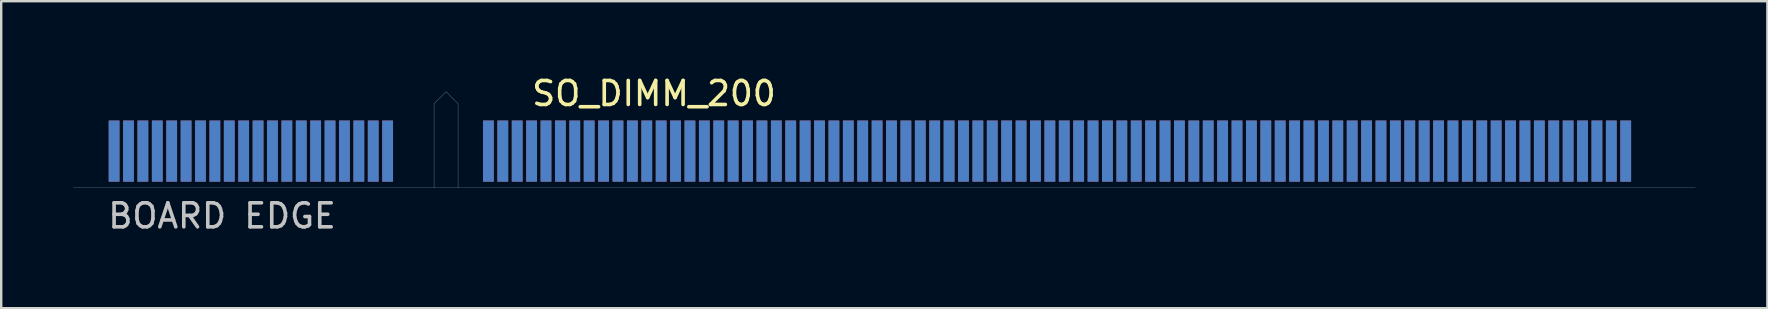
<source format=kicad_pcb>
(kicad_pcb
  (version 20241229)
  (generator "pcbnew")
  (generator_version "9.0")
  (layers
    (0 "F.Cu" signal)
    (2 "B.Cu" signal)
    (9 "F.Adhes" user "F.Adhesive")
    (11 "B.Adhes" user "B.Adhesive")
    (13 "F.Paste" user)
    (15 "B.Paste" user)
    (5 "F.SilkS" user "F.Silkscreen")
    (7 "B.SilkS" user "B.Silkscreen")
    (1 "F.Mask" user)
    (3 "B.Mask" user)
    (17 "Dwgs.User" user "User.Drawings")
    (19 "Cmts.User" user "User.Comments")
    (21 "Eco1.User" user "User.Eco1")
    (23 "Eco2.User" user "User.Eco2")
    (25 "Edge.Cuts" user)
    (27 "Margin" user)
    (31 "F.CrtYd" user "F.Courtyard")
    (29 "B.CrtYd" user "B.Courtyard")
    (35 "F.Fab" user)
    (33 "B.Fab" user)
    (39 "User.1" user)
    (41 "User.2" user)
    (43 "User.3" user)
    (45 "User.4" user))
  (footprint "SO_DIMM_200"
    (layer "F.Cu")
    (at 33.805 3.248)
    (property "Reference" "SO_DIMM_200" (at -9.6 -2.4 0) (layer "F.SilkS") (effects (font (size 1 1) (thickness 0.15))))
    (attr through_hole)
    (fp_line (start -33.8 1.525) (end 33.8 1.525) (stroke (width 0.01) (type solid)) (layer "Dwgs.User"))
    (fp_line (start -18.765 -1.975) (end -18.265 -2.475) (stroke (width 0.01) (type solid)) (layer "Dwgs.User"))
    (fp_line (start -18.765 1.525) (end -18.765 -1.975) (stroke (width 0.01) (type solid)) (layer "Dwgs.User"))
    (fp_line (start -18.265 -2.475) (end -17.765 -1.975) (stroke (width 0.01) (type solid)) (layer "Dwgs.User"))
    (fp_line (start -17.765 1.525) (end -17.765 -1.975) (stroke (width 0.01) (type solid)) (layer "Dwgs.User"))
    (fp_text user "BOARD EDGE" (at -27.6 2.7 0) (layer "Dwgs.User") (effects (font (size 1 1) (thickness 0.15))))
    (pad "1" smd rect (at -32.1 0) (size 0.45 2.55) (layers "F.Cu" "F.Mask"))
    (pad "2" smd rect (at -32.1 0) (size 0.45 2.55) (layers "B.Cu" "B.Mask"))
    (pad "3" smd rect (at -31.5 0) (size 0.45 2.55) (layers "F.Cu" "F.Mask"))
    (pad "4" smd rect (at -31.5 0) (size 0.45 2.55) (layers "B.Cu" "B.Mask"))
    (pad "5" smd rect (at -30.9 0) (size 0.45 2.55) (layers "F.Cu" "F.Mask"))
    (pad "6" smd rect (at -30.9 0) (size 0.45 2.55) (layers "B.Cu" "B.Mask"))
    (pad "7" smd rect (at -30.3 0) (size 0.45 2.55) (layers "F.Cu" "F.Mask"))
    (pad "8" smd rect (at -30.3 0) (size 0.45 2.55) (layers "B.Cu" "B.Mask"))
    (pad "9" smd rect (at -29.7 0) (size 0.45 2.55) (layers "F.Cu" "F.Mask"))
    (pad "10" smd rect (at -29.7 0) (size 0.45 2.55) (layers "B.Cu" "B.Mask"))
    (pad "11" smd rect (at -29.1 0) (size 0.45 2.55) (layers "F.Cu" "F.Mask"))
    (pad "12" smd rect (at -29.1 0) (size 0.45 2.55) (layers "B.Cu" "B.Mask"))
    (pad "13" smd rect (at -28.5 0) (size 0.45 2.55) (layers "F.Cu" "F.Mask"))
    (pad "14" smd rect (at -28.5 0) (size 0.45 2.55) (layers "B.Cu" "B.Mask"))
    (pad "15" smd rect (at -27.9 0) (size 0.45 2.55) (layers "F.Cu" "F.Mask"))
    (pad "16" smd rect (at -27.9 0) (size 0.45 2.55) (layers "B.Cu" "B.Mask"))
    (pad "17" smd rect (at -27.3 0) (size 0.45 2.55) (layers "F.Cu" "F.Mask"))
    (pad "18" smd rect (at -27.3 0) (size 0.45 2.55) (layers "B.Cu" "B.Mask"))
    (pad "19" smd rect (at -26.7 0) (size 0.45 2.55) (layers "F.Cu" "F.Mask"))
    (pad "20" smd rect (at -26.7 0) (size 0.45 2.55) (layers "B.Cu" "B.Mask"))
    (pad "21" smd rect (at -26.1 0) (size 0.45 2.55) (layers "F.Cu" "F.Mask"))
    (pad "22" smd rect (at -26.1 0) (size 0.45 2.55) (layers "B.Cu" "B.Mask"))
    (pad "23" smd rect (at -25.5 0) (size 0.45 2.55) (layers "F.Cu" "F.Mask"))
    (pad "24" smd rect (at -25.5 0) (size 0.45 2.55) (layers "B.Cu" "B.Mask"))
    (pad "25" smd rect (at -24.9 0) (size 0.45 2.55) (layers "F.Cu" "F.Mask"))
    (pad "26" smd rect (at -24.9 0) (size 0.45 2.55) (layers "B.Cu" "B.Mask"))
    (pad "27" smd rect (at -24.3 0) (size 0.45 2.55) (layers "F.Cu" "F.Mask"))
    (pad "28" smd rect (at -24.3 0) (size 0.45 2.55) (layers "B.Cu" "B.Mask"))
    (pad "29" smd rect (at -23.7 0) (size 0.45 2.55) (layers "F.Cu" "F.Mask"))
    (pad "30" smd rect (at -23.7 0) (size 0.45 2.55) (layers "B.Cu" "B.Mask"))
    (pad "31" smd rect (at -23.1 0) (size 0.45 2.55) (layers "F.Cu" "F.Mask"))
    (pad "32" smd rect (at -23.1 0) (size 0.45 2.55) (layers "B.Cu" "B.Mask"))
    (pad "33" smd rect (at -22.5 0) (size 0.45 2.55) (layers "F.Cu" "F.Mask"))
    (pad "34" smd rect (at -22.5 0) (size 0.45 2.55) (layers "B.Cu" "B.Mask"))
    (pad "35" smd rect (at -21.9 0) (size 0.45 2.55) (layers "F.Cu" "F.Mask"))
    (pad "36" smd rect (at -21.9 0) (size 0.45 2.55) (layers "B.Cu" "B.Mask"))
    (pad "37" smd rect (at -21.3 0) (size 0.45 2.55) (layers "F.Cu" "F.Mask"))
    (pad "38" smd rect (at -21.3 0) (size 0.45 2.55) (layers "B.Cu" "B.Mask"))
    (pad "39" smd rect (at -20.7 0) (size 0.45 2.55) (layers "F.Cu" "F.Mask"))
    (pad "40" smd rect (at -20.7 0) (size 0.45 2.55) (layers "B.Cu" "B.Mask"))
    (pad "41" smd rect (at -16.5 0) (size 0.45 2.55) (layers "F.Cu" "F.Mask"))
    (pad "42" smd rect (at -16.5 0) (size 0.45 2.55) (layers "B.Cu" "B.Mask"))
    (pad "43" smd rect (at -15.9 0) (size 0.45 2.55) (layers "F.Cu" "F.Mask"))
    (pad "44" smd rect (at -15.9 0) (size 0.45 2.55) (layers "B.Cu" "B.Mask"))
    (pad "45" smd rect (at -15.3 0) (size 0.45 2.55) (layers "F.Cu" "F.Mask"))
    (pad "46" smd rect (at -15.3 0) (size 0.45 2.55) (layers "B.Cu" "B.Mask"))
    (pad "47" smd rect (at -14.7 0) (size 0.45 2.55) (layers "F.Cu" "F.Mask"))
    (pad "48" smd rect (at -14.7 0) (size 0.45 2.55) (layers "B.Cu" "B.Mask"))
    (pad "49" smd rect (at -14.1 0) (size 0.45 2.55) (layers "F.Cu" "F.Mask"))
    (pad "50" smd rect (at -14.1 0) (size 0.45 2.55) (layers "B.Cu" "B.Mask"))
    (pad "51" smd rect (at -13.5 0) (size 0.45 2.55) (layers "F.Cu" "F.Mask"))
    (pad "52" smd rect (at -13.5 0) (size 0.45 2.55) (layers "B.Cu" "B.Mask"))
    (pad "53" smd rect (at -12.9 0) (size 0.45 2.55) (layers "F.Cu" "F.Mask"))
    (pad "54" smd rect (at -12.9 0) (size 0.45 2.55) (layers "B.Cu" "B.Mask"))
    (pad "55" smd rect (at -12.3 0) (size 0.45 2.55) (layers "F.Cu" "F.Mask"))
    (pad "56" smd rect (at -12.3 0) (size 0.45 2.55) (layers "B.Cu" "B.Mask"))
    (pad "57" smd rect (at -11.7 0) (size 0.45 2.55) (layers "F.Cu" "F.Mask"))
    (pad "58" smd rect (at -11.7 0) (size 0.45 2.55) (layers "B.Cu" "B.Mask"))
    (pad "59" smd rect (at -11.1 0) (size 0.45 2.55) (layers "F.Cu" "F.Mask"))
    (pad "60" smd rect (at -11.1 0) (size 0.45 2.55) (layers "B.Cu" "B.Mask"))
    (pad "61" smd rect (at -10.5 0) (size 0.45 2.55) (layers "F.Cu" "F.Mask"))
    (pad "62" smd rect (at -10.5 0) (size 0.45 2.55) (layers "B.Cu" "B.Mask"))
    (pad "63" smd rect (at -9.9 0) (size 0.45 2.55) (layers "F.Cu" "F.Mask"))
    (pad "64" smd rect (at -9.9 0) (size 0.45 2.55) (layers "B.Cu" "B.Mask"))
    (pad "65" smd rect (at -9.3 0) (size 0.45 2.55) (layers "F.Cu" "F.Mask"))
    (pad "66" smd rect (at -9.3 0) (size 0.45 2.55) (layers "B.Cu" "B.Mask"))
    (pad "67" smd rect (at -8.7 0) (size 0.45 2.55) (layers "F.Cu" "F.Mask"))
    (pad "68" smd rect (at -8.7 0) (size 0.45 2.55) (layers "B.Cu" "B.Mask"))
    (pad "69" smd rect (at -8.1 0) (size 0.45 2.55) (layers "F.Cu" "F.Mask"))
    (pad "70" smd rect (at -8.1 0) (size 0.45 2.55) (layers "B.Cu" "B.Mask"))
    (pad "71" smd rect (at -7.5 0) (size 0.45 2.55) (layers "F.Cu" "F.Mask"))
    (pad "72" smd rect (at -7.5 0) (size 0.45 2.55) (layers "B.Cu" "B.Mask"))
    (pad "73" smd rect (at -6.9 0) (size 0.45 2.55) (layers "F.Cu" "F.Mask"))
    (pad "74" smd rect (at -6.9 0) (size 0.45 2.55) (layers "B.Cu" "B.Mask"))
    (pad "75" smd rect (at -6.3 0) (size 0.45 2.55) (layers "F.Cu"))
    (pad "76" smd rect (at -6.3 0) (size 0.45 2.55) (layers "B.Cu" "B.Mask"))
    (pad "77" smd rect (at -5.7 0) (size 0.45 2.55) (layers "F.Cu" "F.Mask"))
    (pad "78" smd rect (at -5.7 0) (size 0.45 2.55) (layers "B.Cu" "B.Mask"))
    (pad "79" smd rect (at -5.1 0) (size 0.45 2.55) (layers "F.Cu" "F.Mask"))
    (pad "80" smd rect (at -5.1 0) (size 0.45 2.55) (layers "B.Cu" "B.Mask"))
    (pad "81" smd rect (at -4.5 0) (size 0.45 2.55) (layers "F.Cu" "F.Mask"))
    (pad "82" smd rect (at -4.5 0) (size 0.45 2.55) (layers "B.Cu" "B.Mask"))
    (pad "83" smd rect (at -3.9 0) (size 0.45 2.55) (layers "F.Cu" "F.Mask"))
    (pad "84" smd rect (at -3.9 0) (size 0.45 2.55) (layers "B.Cu" "B.Mask"))
    (pad "85" smd rect (at -3.3 0) (size 0.45 2.55) (layers "F.Cu" "F.Mask"))
    (pad "86" smd rect (at -3.3 0) (size 0.45 2.55) (layers "B.Cu" "B.Mask"))
    (pad "87" smd rect (at -2.7 0) (size 0.45 2.55) (layers "F.Cu" "F.Mask"))
    (pad "88" smd rect (at -2.7 0) (size 0.45 2.55) (layers "B.Cu" "B.Mask"))
    (pad "89" smd rect (at -2.1 0) (size 0.45 2.55) (layers "F.Cu" "F.Mask"))
    (pad "90" smd rect (at -2.1 0) (size 0.45 2.55) (layers "B.Cu" "B.Mask"))
    (pad "91" smd rect (at -1.5 0) (size 0.45 2.55) (layers "F.Cu" "F.Mask"))
    (pad "92" smd rect (at -1.5 0) (size 0.45 2.55) (layers "B.Cu" "B.Mask"))
    (pad "93" smd rect (at -0.9 0) (size 0.45 2.55) (layers "F.Cu" "F.Mask"))
    (pad "94" smd rect (at -0.9 0) (size 0.45 2.55) (layers "B.Cu" "B.Mask"))
    (pad "95" smd rect (at -0.3 0) (size 0.45 2.55) (layers "F.Cu" "F.Mask"))
    (pad "96" smd rect (at -0.3 0) (size 0.45 2.55) (layers "B.Cu" "B.Mask"))
    (pad "97" smd rect (at 0.3 0) (size 0.45 2.55) (layers "F.Cu" "F.Mask"))
    (pad "98" smd rect (at 0.3 0) (size 0.45 2.55) (layers "B.Cu" "B.Mask"))
    (pad "99" smd rect (at 0.9 0) (size 0.45 2.55) (layers "F.Cu" "F.Mask"))
    (pad "100" smd rect (at 0.9 0) (size 0.45 2.55) (layers "B.Cu" "B.Mask"))
    (pad "101" smd rect (at 1.5 0) (size 0.45 2.55) (layers "F.Cu" "F.Mask"))
    (pad "102" smd rect (at 1.5 0) (size 0.45 2.55) (layers "B.Cu" "B.Mask"))
    (pad "103" smd rect (at 2.1 0) (size 0.45 2.55) (layers "F.Cu" "F.Mask"))
    (pad "104" smd rect (at 2.1 0) (size 0.45 2.55) (layers "B.Cu" "B.Mask"))
    (pad "105" smd rect (at 2.7 0) (size 0.45 2.55) (layers "F.Cu" "F.Mask"))
    (pad "106" smd rect (at 2.7 0) (size 0.45 2.55) (layers "B.Cu" "B.Mask"))
    (pad "107" smd rect (at 3.3 0) (size 0.45 2.55) (layers "F.Cu" "F.Mask"))
    (pad "108" smd rect (at 3.3 0) (size 0.45 2.55) (layers "B.Cu" "B.Mask"))
    (pad "109" smd rect (at 3.9 0) (size 0.45 2.55) (layers "F.Cu" "F.Mask"))
    (pad "110" smd rect (at 3.9 0) (size 0.45 2.55) (layers "B.Cu" "B.Mask"))
    (pad "111" smd rect (at 4.5 0) (size 0.45 2.55) (layers "F.Cu" "F.Mask"))
    (pad "112" smd rect (at 4.5 0) (size 0.45 2.55) (layers "B.Cu" "B.Mask"))
    (pad "113" smd rect (at 5.1 0) (size 0.45 2.55) (layers "F.Cu" "F.Mask"))
    (pad "114" smd rect (at 5.1 0) (size 0.45 2.55) (layers "B.Cu" "B.Mask"))
    (pad "115" smd rect (at 5.7 0) (size 0.45 2.55) (layers "F.Cu" "F.Mask"))
    (pad "116" smd rect (at 5.7 0) (size 0.45 2.55) (layers "B.Cu" "B.Mask"))
    (pad "117" smd rect (at 6.3 0) (size 0.45 2.55) (layers "F.Cu" "F.Mask"))
    (pad "118" smd rect (at 6.3 0) (size 0.45 2.55) (layers "B.Cu" "B.Mask"))
    (pad "119" smd rect (at 6.9 0) (size 0.45 2.55) (layers "F.Cu" "F.Mask"))
    (pad "120" smd rect (at 6.9 0) (size 0.45 2.55) (layers "B.Cu" "B.Mask"))
    (pad "121" smd rect (at 7.5 0) (size 0.45 2.55) (layers "F.Cu" "F.Mask"))
    (pad "122" smd rect (at 7.5 0) (size 0.45 2.55) (layers "B.Cu" "B.Mask"))
    (pad "123" smd rect (at 8.1 0) (size 0.45 2.55) (layers "F.Cu" "F.Mask"))
    (pad "124" smd rect (at 8.1 0) (size 0.45 2.55) (layers "B.Cu" "B.Mask"))
    (pad "125" smd rect (at 8.7 0) (size 0.45 2.55) (layers "F.Cu" "F.Mask"))
    (pad "126" smd rect (at 8.7 0) (size 0.45 2.55) (layers "B.Cu" "B.Mask"))
    (pad "127" smd rect (at 9.3 0) (size 0.45 2.55) (layers "F.Cu" "F.Mask"))
    (pad "128" smd rect (at 9.3 0) (size 0.45 2.55) (layers "B.Cu" "B.Mask"))
    (pad "129" smd rect (at 9.9 0) (size 0.45 2.55) (layers "F.Cu" "F.Mask"))
    (pad "130" smd rect (at 9.9 0) (size 0.45 2.55) (layers "B.Cu" "B.Mask"))
    (pad "131" smd rect (at 10.5 0) (size 0.45 2.55) (layers "F.Cu" "F.Mask"))
    (pad "132" smd rect (at 10.5 0) (size 0.45 2.55) (layers "B.Cu" "B.Mask"))
    (pad "133" smd rect (at 11.1 0) (size 0.45 2.55) (layers "F.Cu" "F.Mask"))
    (pad "134" smd rect (at 11.1 0) (size 0.45 2.55) (layers "B.Cu" "B.Mask"))
    (pad "135" smd rect (at 11.7 0) (size 0.45 2.55) (layers "F.Cu" "F.Mask"))
    (pad "136" smd rect (at 11.7 0) (size 0.45 2.55) (layers "B.Cu" "B.Mask"))
    (pad "137" smd rect (at 12.3 0) (size 0.45 2.55) (layers "F.Cu" "F.Mask"))
    (pad "138" smd rect (at 12.3 0) (size 0.45 2.55) (layers "B.Cu" "B.Mask"))
    (pad "139" smd rect (at 12.9 0) (size 0.45 2.55) (layers "F.Cu" "F.Mask"))
    (pad "140" smd rect (at 12.9 0) (size 0.45 2.55) (layers "B.Cu" "B.Mask"))
    (pad "141" smd rect (at 13.5 0) (size 0.45 2.55) (layers "F.Cu" "F.Mask"))
    (pad "142" smd rect (at 13.5 0) (size 0.45 2.55) (layers "B.Cu" "B.Mask"))
    (pad "143" smd rect (at 14.1 0) (size 0.45 2.55) (layers "F.Cu" "F.Mask"))
    (pad "144" smd rect (at 14.1 0) (size 0.45 2.55) (layers "B.Cu" "B.Mask"))
    (pad "145" smd rect (at 14.7 0) (size 0.45 2.55) (layers "F.Cu" "F.Mask"))
    (pad "146" smd rect (at 14.7 0) (size 0.45 2.55) (layers "B.Cu" "B.Mask"))
    (pad "147" smd rect (at 15.3 0) (size 0.45 2.55) (layers "F.Cu" "F.Mask"))
    (pad "148" smd rect (at 15.3 0) (size 0.45 2.55) (layers "B.Cu" "B.Mask"))
    (pad "149" smd rect (at 15.9 0) (size 0.45 2.55) (layers "F.Cu" "F.Mask"))
    (pad "150" smd rect (at 15.9 0) (size 0.45 2.55) (layers "B.Cu" "B.Mask"))
    (pad "151" smd rect (at 16.5 0) (size 0.45 2.55) (layers "F.Cu" "F.Mask"))
    (pad "152" smd rect (at 16.5 0) (size 0.45 2.55) (layers "B.Cu" "B.Mask"))
    (pad "153" smd rect (at 17.1 0) (size 0.45 2.55) (layers "F.Cu" "F.Mask"))
    (pad "154" smd rect (at 17.1 0) (size 0.45 2.55) (layers "B.Cu" "B.Mask"))
    (pad "155" smd rect (at 17.7 0) (size 0.45 2.55) (layers "F.Cu" "F.Mask"))
    (pad "156" smd rect (at 17.7 0) (size 0.45 2.55) (layers "B.Cu" "B.Mask"))
    (pad "157" smd rect (at 18.3 0) (size 0.45 2.55) (layers "F.Cu" "F.Mask"))
    (pad "158" smd rect (at 18.3 0) (size 0.45 2.55) (layers "B.Cu" "B.Mask"))
    (pad "159" smd rect (at 18.9 0) (size 0.45 2.55) (layers "F.Cu" "F.Mask"))
    (pad "160" smd rect (at 18.9 0) (size 0.45 2.55) (layers "B.Cu" "B.Mask"))
    (pad "161" smd rect (at 19.5 0) (size 0.45 2.55) (layers "F.Cu" "F.Mask"))
    (pad "162" smd rect (at 19.5 0) (size 0.45 2.55) (layers "B.Cu" "B.Mask"))
    (pad "163" smd rect (at 20.1 0) (size 0.45 2.55) (layers "F.Cu" "F.Mask"))
    (pad "164" smd rect (at 20.1 0) (size 0.45 2.55) (layers "B.Cu" "B.Mask"))
    (pad "165" smd rect (at 20.7 0) (size 0.45 2.55) (layers "F.Cu" "F.Mask"))
    (pad "166" smd rect (at 20.7 0) (size 0.45 2.55) (layers "B.Cu" "B.Mask"))
    (pad "167" smd rect (at 21.3 0) (size 0.45 2.55) (layers "F.Cu" "F.Mask"))
    (pad "168" smd rect (at 21.3 0) (size 0.45 2.55) (layers "B.Cu" "B.Mask"))
    (pad "169" smd rect (at 21.9 0) (size 0.45 2.55) (layers "F.Cu" "F.Mask"))
    (pad "170" smd rect (at 21.9 0) (size 0.45 2.55) (layers "B.Cu" "B.Mask"))
    (pad "171" smd rect (at 22.5 0) (size 0.45 2.55) (layers "F.Cu" "F.Mask"))
    (pad "172" smd rect (at 22.5 0) (size 0.45 2.55) (layers "B.Cu" "B.Mask"))
    (pad "173" smd rect (at 23.1 0) (size 0.45 2.55) (layers "F.Cu" "F.Mask"))
    (pad "174" smd rect (at 23.1 0) (size 0.45 2.55) (layers "B.Cu" "B.Mask"))
    (pad "175" smd rect (at 23.7 0) (size 0.45 2.55) (layers "F.Cu" "F.Mask"))
    (pad "176" smd rect (at 23.7 0) (size 0.45 2.55) (layers "B.Cu" "B.Mask"))
    (pad "177" smd rect (at 24.3 0) (size 0.45 2.55) (layers "F.Cu" "F.Mask"))
    (pad "178" smd rect (at 24.3 0) (size 0.45 2.55) (layers "B.Cu" "B.Mask"))
    (pad "179" smd rect (at 24.9 0) (size 0.45 2.55) (layers "F.Cu" "F.Mask"))
    (pad "180" smd rect (at 24.9 0) (size 0.45 2.55) (layers "B.Cu" "B.Mask"))
    (pad "181" smd rect (at 25.5 0) (size 0.45 2.55) (layers "F.Cu" "F.Mask"))
    (pad "182" smd rect (at 25.5 0) (size 0.45 2.55) (layers "B.Cu" "B.Mask"))
    (pad "183" smd rect (at 26.1 0) (size 0.45 2.55) (layers "F.Cu" "F.Mask"))
    (pad "184" smd rect (at 26.1 0) (size 0.45 2.55) (layers "B.Cu" "B.Mask"))
    (pad "185" smd rect (at 26.7 0) (size 0.45 2.55) (layers "F.Cu" "F.Mask"))
    (pad "186" smd rect (at 26.7 0) (size 0.45 2.55) (layers "B.Cu" "B.Mask"))
    (pad "187" smd rect (at 27.3 0) (size 0.45 2.55) (layers "F.Cu" "F.Mask"))
    (pad "188" smd rect (at 27.3 0) (size 0.45 2.55) (layers "B.Cu" "B.Mask"))
    (pad "189" smd rect (at 27.9 0) (size 0.45 2.55) (layers "F.Cu" "F.Mask"))
    (pad "190" smd rect (at 27.9 0) (size 0.45 2.55) (layers "B.Cu" "B.Mask"))
    (pad "191" smd rect (at 28.5 0) (size 0.45 2.55) (layers "F.Cu" "F.Mask"))
    (pad "192" smd rect (at 28.5 0) (size 0.45 2.55) (layers "B.Cu" "B.Mask"))
    (pad "193" smd rect (at 29.1 0) (size 0.45 2.55) (layers "F.Cu" "F.Mask"))
    (pad "194" smd rect (at 29.1 0) (size 0.45 2.55) (layers "B.Cu" "B.Mask"))
    (pad "195" smd rect (at 29.7 0) (size 0.45 2.55) (layers "F.Cu" "F.Mask"))
    (pad "196" smd rect (at 29.7 0) (size 0.45 2.55) (layers "B.Cu" "B.Mask"))
    (pad "197" smd rect (at 30.3 0) (size 0.45 2.55) (layers "F.Cu" "F.Mask"))
    (pad "198" smd rect (at 30.3 0) (size 0.45 2.55) (layers "B.Cu" "B.Mask"))
    (pad "199" smd rect (at 30.9 0) (size 0.45 2.55) (layers "F.Cu" "F.Mask"))
    (pad "200" smd rect (at 30.9 0) (size 0.45 2.55) (layers "B.Cu" "B.Mask")))
  (gr_rect
    (start -3 -3)
    (end 70.61 9.796)
    (stroke (width 0.1) (type default))
    (fill no)
    (layer "Edge.Cuts")))
</source>
